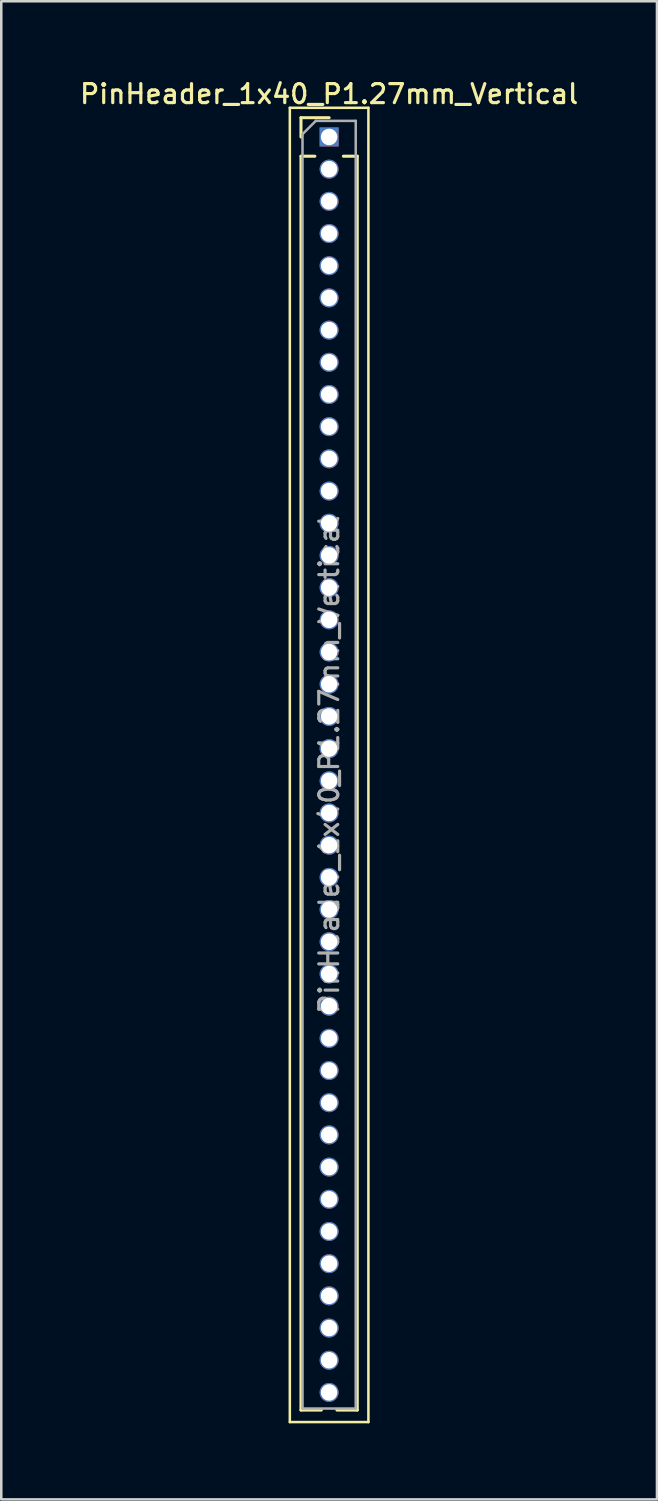
<source format=kicad_pcb>
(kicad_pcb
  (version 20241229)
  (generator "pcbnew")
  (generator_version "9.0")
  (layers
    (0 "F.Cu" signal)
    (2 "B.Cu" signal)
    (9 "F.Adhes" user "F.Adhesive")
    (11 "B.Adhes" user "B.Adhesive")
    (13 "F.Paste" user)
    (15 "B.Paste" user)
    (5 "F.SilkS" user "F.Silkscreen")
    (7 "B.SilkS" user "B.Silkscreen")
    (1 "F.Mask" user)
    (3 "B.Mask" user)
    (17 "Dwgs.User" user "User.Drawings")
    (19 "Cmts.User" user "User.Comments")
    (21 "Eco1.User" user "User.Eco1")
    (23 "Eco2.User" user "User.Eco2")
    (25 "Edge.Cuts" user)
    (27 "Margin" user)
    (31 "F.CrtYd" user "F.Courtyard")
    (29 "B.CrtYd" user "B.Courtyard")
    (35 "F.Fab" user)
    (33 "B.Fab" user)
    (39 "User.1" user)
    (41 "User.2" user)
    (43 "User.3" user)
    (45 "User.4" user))
  (footprint "PinHeader_1x40_P1.27mm_Vertical"
    (layer "F.Cu")
    (at 9.934 2.353)
    (property "Reference" "PinHeader_1x40_P1.27mm_Vertical" (at 0 -1.695 0) (layer "F.SilkS") (effects (font (size 0.75 0.75) (thickness 0.125))))
    (attr through_hole)
    (fp_line (start -1.55 -1.15) (end -1.55 50.7) (stroke (width 0.1) (type solid)) (layer "F.SilkS"))
    (fp_line (start -1.55 50.7) (end 1.55 50.7) (stroke (width 0.1) (type solid)) (layer "F.SilkS"))
    (fp_line (start -1.11 -0.76) (end 0 -0.76) (stroke (width 0.12) (type solid)) (layer "F.SilkS"))
    (fp_line (start -1.11 0) (end -1.11 -0.76) (stroke (width 0.12) (type solid)) (layer "F.SilkS"))
    (fp_line (start -1.11 0.76) (end -1.11 50.225) (stroke (width 0.12) (type solid)) (layer "F.SilkS"))
    (fp_line (start -1.11 0.76) (end -0.563 0.76) (stroke (width 0.12) (type solid)) (layer "F.SilkS"))
    (fp_line (start -1.11 50.225) (end -0.308 50.225) (stroke (width 0.12) (type solid)) (layer "F.SilkS"))
    (fp_line (start 0.308 50.225) (end 1.11 50.225) (stroke (width 0.12) (type solid)) (layer "F.SilkS"))
    (fp_line (start 0.563 0.76) (end 1.11 0.76) (stroke (width 0.12) (type solid)) (layer "F.SilkS"))
    (fp_line (start 1.11 0.76) (end 1.11 50.225) (stroke (width 0.12) (type solid)) (layer "F.SilkS"))
    (fp_line (start 1.55 -1.15) (end -1.55 -1.15) (stroke (width 0.1) (type solid)) (layer "F.SilkS"))
    (fp_line (start 1.55 50.7) (end 1.55 -1.15) (stroke (width 0.1) (type solid)) (layer "F.SilkS"))
    (fp_line (start -1.05 -0.11) (end -0.525 -0.635) (stroke (width 0.1) (type solid)) (layer "F.Fab"))
    (fp_line (start -1.05 50.165) (end -1.05 -0.11) (stroke (width 0.1) (type solid)) (layer "F.Fab"))
    (fp_line (start -0.525 -0.635) (end 1.05 -0.635) (stroke (width 0.1) (type solid)) (layer "F.Fab"))
    (fp_line (start 1.05 -0.635) (end 1.05 50.165) (stroke (width 0.1) (type solid)) (layer "F.Fab"))
    (fp_line (start 1.05 50.165) (end -1.05 50.165) (stroke (width 0.1) (type solid)) (layer "F.Fab"))
    (fp_text user "${REFERENCE}" (at 0 24.765 90) (layer "F.Fab") (effects (font (size 0.75 0.75) (thickness 0.125))))
    (pad "1" thru_hole rect (at 0 0) (size 0.75 0.75) (drill 0.65) (layers "*.Cu" "*.Mask"))
    (pad "2" thru_hole oval (at 0 1.27) (size 0.75 0.75) (drill 0.65) (layers "*.Cu" "*.Mask"))
    (pad "3" thru_hole oval (at 0 2.54) (size 0.75 0.75) (drill 0.65) (layers "*.Cu" "*.Mask"))
    (pad "4" thru_hole oval (at 0 3.81) (size 0.75 0.75) (drill 0.65) (layers "*.Cu" "*.Mask"))
    (pad "5" thru_hole oval (at 0 5.08) (size 0.75 0.75) (drill 0.65) (layers "*.Cu" "*.Mask"))
    (pad "6" thru_hole oval (at 0 6.35) (size 0.75 0.75) (drill 0.65) (layers "*.Cu" "*.Mask"))
    (pad "7" thru_hole oval (at 0 7.62) (size 0.75 0.75) (drill 0.65) (layers "*.Cu" "*.Mask"))
    (pad "8" thru_hole oval (at 0 8.89) (size 0.75 0.75) (drill 0.65) (layers "*.Cu" "*.Mask"))
    (pad "9" thru_hole oval (at 0 10.16) (size 0.75 0.75) (drill 0.65) (layers "*.Cu" "*.Mask"))
    (pad "10" thru_hole oval (at 0 11.43) (size 0.75 0.75) (drill 0.65) (layers "*.Cu" "*.Mask"))
    (pad "11" thru_hole oval (at 0 12.7) (size 0.75 0.75) (drill 0.65) (layers "*.Cu" "*.Mask"))
    (pad "12" thru_hole oval (at 0 13.97) (size 0.75 0.75) (drill 0.65) (layers "*.Cu" "*.Mask"))
    (pad "13" thru_hole oval (at 0 15.24) (size 0.75 0.75) (drill 0.65) (layers "*.Cu" "*.Mask"))
    (pad "14" thru_hole oval (at 0 16.51) (size 0.75 0.75) (drill 0.65) (layers "*.Cu" "*.Mask"))
    (pad "15" thru_hole oval (at 0 17.78) (size 0.75 0.75) (drill 0.65) (layers "*.Cu" "*.Mask"))
    (pad "16" thru_hole oval (at 0 19.05) (size 0.75 0.75) (drill 0.65) (layers "*.Cu" "*.Mask"))
    (pad "17" thru_hole oval (at 0 20.32) (size 0.75 0.75) (drill 0.65) (layers "*.Cu" "*.Mask"))
    (pad "18" thru_hole oval (at 0 21.59) (size 0.75 0.75) (drill 0.65) (layers "*.Cu" "*.Mask"))
    (pad "19" thru_hole oval (at 0 22.86) (size 0.75 0.75) (drill 0.65) (layers "*.Cu" "*.Mask"))
    (pad "20" thru_hole oval (at 0 24.13) (size 0.75 0.75) (drill 0.65) (layers "*.Cu" "*.Mask"))
    (pad "21" thru_hole oval (at 0 25.4) (size 0.75 0.75) (drill 0.65) (layers "*.Cu" "*.Mask"))
    (pad "22" thru_hole oval (at 0 26.67) (size 0.75 0.75) (drill 0.65) (layers "*.Cu" "*.Mask"))
    (pad "23" thru_hole oval (at 0 27.94) (size 0.75 0.75) (drill 0.65) (layers "*.Cu" "*.Mask"))
    (pad "24" thru_hole oval (at 0 29.21) (size 0.75 0.75) (drill 0.65) (layers "*.Cu" "*.Mask"))
    (pad "25" thru_hole oval (at 0 30.48) (size 0.75 0.75) (drill 0.65) (layers "*.Cu" "*.Mask"))
    (pad "26" thru_hole oval (at 0 31.75) (size 0.75 0.75) (drill 0.65) (layers "*.Cu" "*.Mask"))
    (pad "27" thru_hole oval (at 0 33.02) (size 0.75 0.75) (drill 0.65) (layers "*.Cu" "*.Mask"))
    (pad "28" thru_hole oval (at 0 34.29) (size 0.75 0.75) (drill 0.65) (layers "*.Cu" "*.Mask"))
    (pad "29" thru_hole oval (at 0 35.56) (size 0.75 0.75) (drill 0.65) (layers "*.Cu" "*.Mask"))
    (pad "30" thru_hole oval (at 0 36.83) (size 0.75 0.75) (drill 0.65) (layers "*.Cu" "*.Mask"))
    (pad "31" thru_hole oval (at 0 38.1) (size 0.75 0.75) (drill 0.65) (layers "*.Cu" "*.Mask"))
    (pad "32" thru_hole oval (at 0 39.37) (size 0.75 0.75) (drill 0.65) (layers "*.Cu" "*.Mask"))
    (pad "33" thru_hole oval (at 0 40.64) (size 0.75 0.75) (drill 0.65) (layers "*.Cu" "*.Mask"))
    (pad "34" thru_hole oval (at 0 41.91) (size 0.75 0.75) (drill 0.65) (layers "*.Cu" "*.Mask"))
    (pad "35" thru_hole oval (at 0 43.18) (size 0.75 0.75) (drill 0.65) (layers "*.Cu" "*.Mask"))
    (pad "36" thru_hole oval (at 0 44.45) (size 0.75 0.75) (drill 0.65) (layers "*.Cu" "*.Mask"))
    (pad "37" thru_hole oval (at 0 45.72) (size 0.75 0.75) (drill 0.65) (layers "*.Cu" "*.Mask"))
    (pad "38" thru_hole oval (at 0 46.99) (size 0.75 0.75) (drill 0.65) (layers "*.Cu" "*.Mask"))
    (pad "39" thru_hole oval (at 0 48.26) (size 0.75 0.75) (drill 0.65) (layers "*.Cu" "*.Mask"))
    (pad "40" thru_hole oval (at 0 49.53) (size 0.75 0.75) (drill 0.65) (layers "*.Cu" "*.Mask")))
  (gr_rect
    (start -3 -3)
    (end 22.868 56.103)
    (stroke (width 0.1) (type default))
    (fill no)
    (layer "Edge.Cuts")))
</source>
